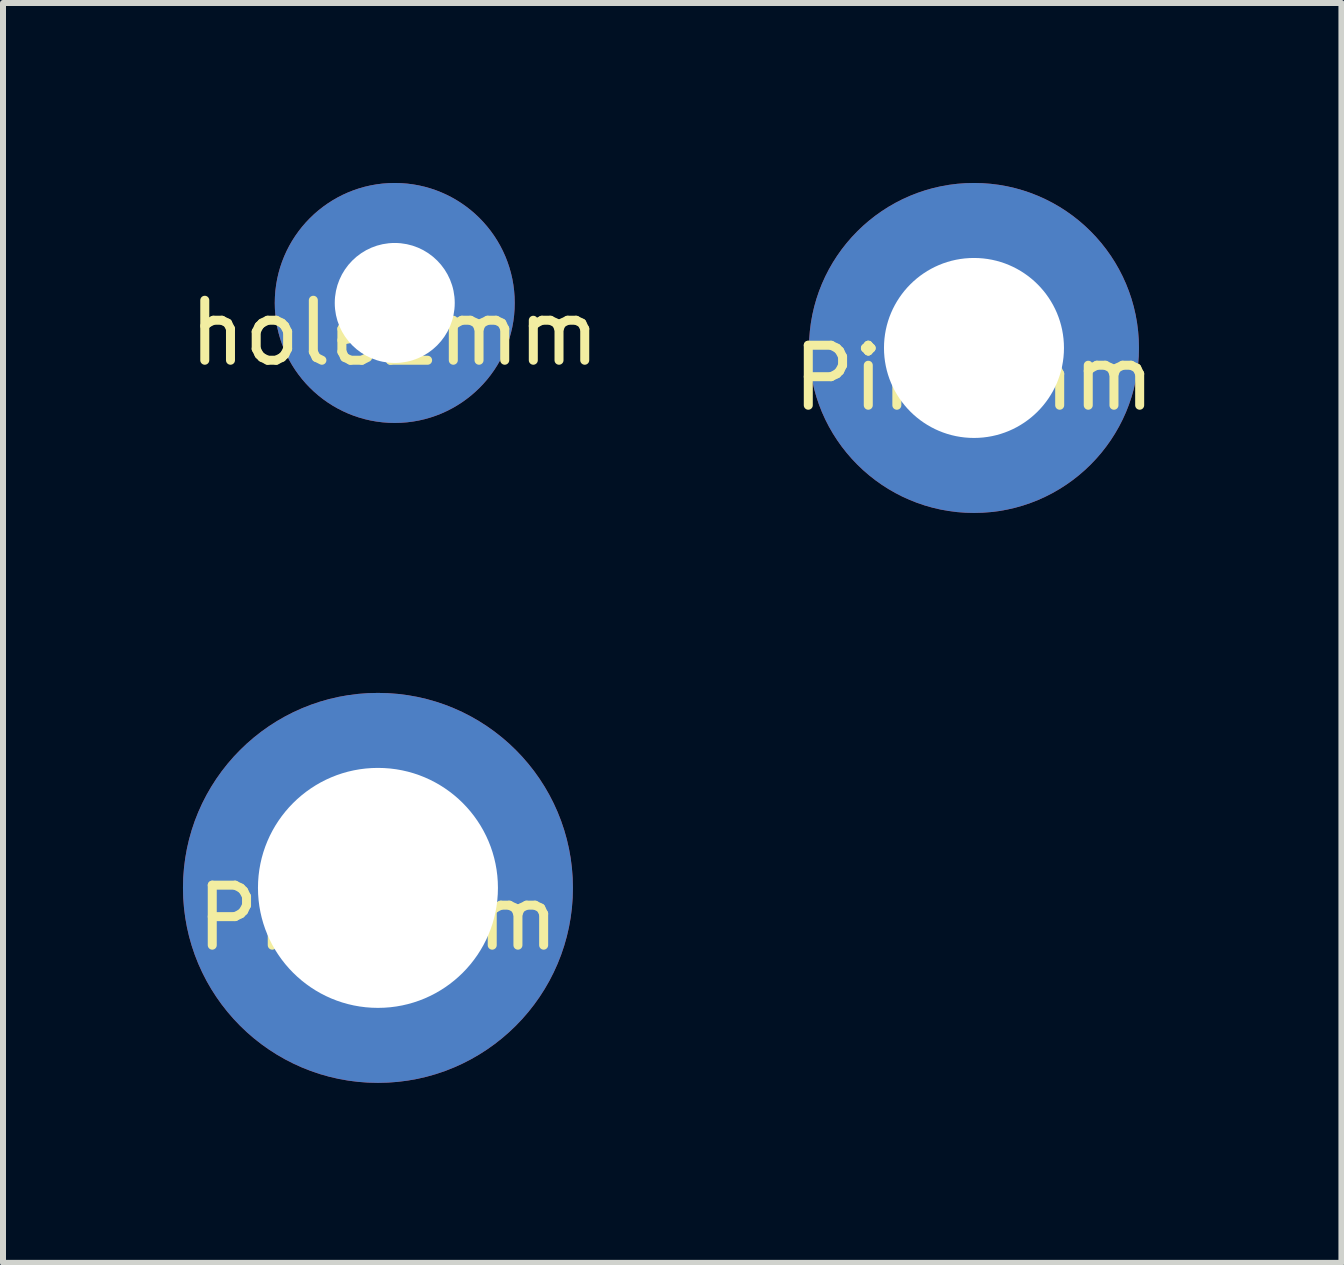
<source format=kicad_pcb>
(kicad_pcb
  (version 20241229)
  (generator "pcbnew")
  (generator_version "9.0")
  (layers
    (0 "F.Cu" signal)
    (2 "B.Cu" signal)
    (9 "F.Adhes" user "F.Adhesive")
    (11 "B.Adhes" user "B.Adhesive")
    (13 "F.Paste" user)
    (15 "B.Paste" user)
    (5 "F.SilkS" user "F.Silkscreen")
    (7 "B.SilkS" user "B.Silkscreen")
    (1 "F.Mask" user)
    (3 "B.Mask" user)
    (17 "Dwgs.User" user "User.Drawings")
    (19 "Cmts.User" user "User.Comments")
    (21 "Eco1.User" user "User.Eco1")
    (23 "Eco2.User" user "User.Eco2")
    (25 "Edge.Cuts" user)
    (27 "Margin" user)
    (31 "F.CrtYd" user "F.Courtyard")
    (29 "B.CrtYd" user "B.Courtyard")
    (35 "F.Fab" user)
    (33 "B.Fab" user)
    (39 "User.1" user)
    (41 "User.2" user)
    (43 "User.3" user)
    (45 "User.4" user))
  (footprint "hole2mm"
    (layer "F.Cu")
    (at 3.53 2)
    (property "Reference" "hole2mm" (at 0 0.5 0) (layer "F.SilkS") (effects (font (size 1 1) (thickness 0.15))))
    (attr through_hole)
    (pad "1" thru_hole circle (at 0 0) (size 4 4) (drill 2) (layers "*.Cu" "*.Mask")))
  (footprint "Pin4mm"
    (layer "F.Cu")
    (at 3.25 11.75)
    (property "Reference" "Pin4mm" (at 0 0.5 0) (layer "F.SilkS") (effects (font (size 1 1) (thickness 0.15))))
    (attr through_hole)
    (pad "1" thru_hole circle (at 0 0) (size 6.5 6.5) (drill 4) (layers "*.Cu" "*.Mask")))
  (footprint "Pin3mm"
    (layer "F.Cu")
    (at 13.185 2.75)
    (property "Reference" "Pin3mm" (at 0 0.5 0) (layer "F.SilkS") (effects (font (size 1 1) (thickness 0.15))))
    (attr through_hole)
    (pad "1" thru_hole circle (at 0 0) (size 5.5 5.5) (drill 3) (layers "*.Cu" "*.Mask")))
  (gr_rect
    (start -3 -3)
    (end 19.31 18)
    (stroke (width 0.1) (type default))
    (fill no)
    (layer "Edge.Cuts")))
</source>
